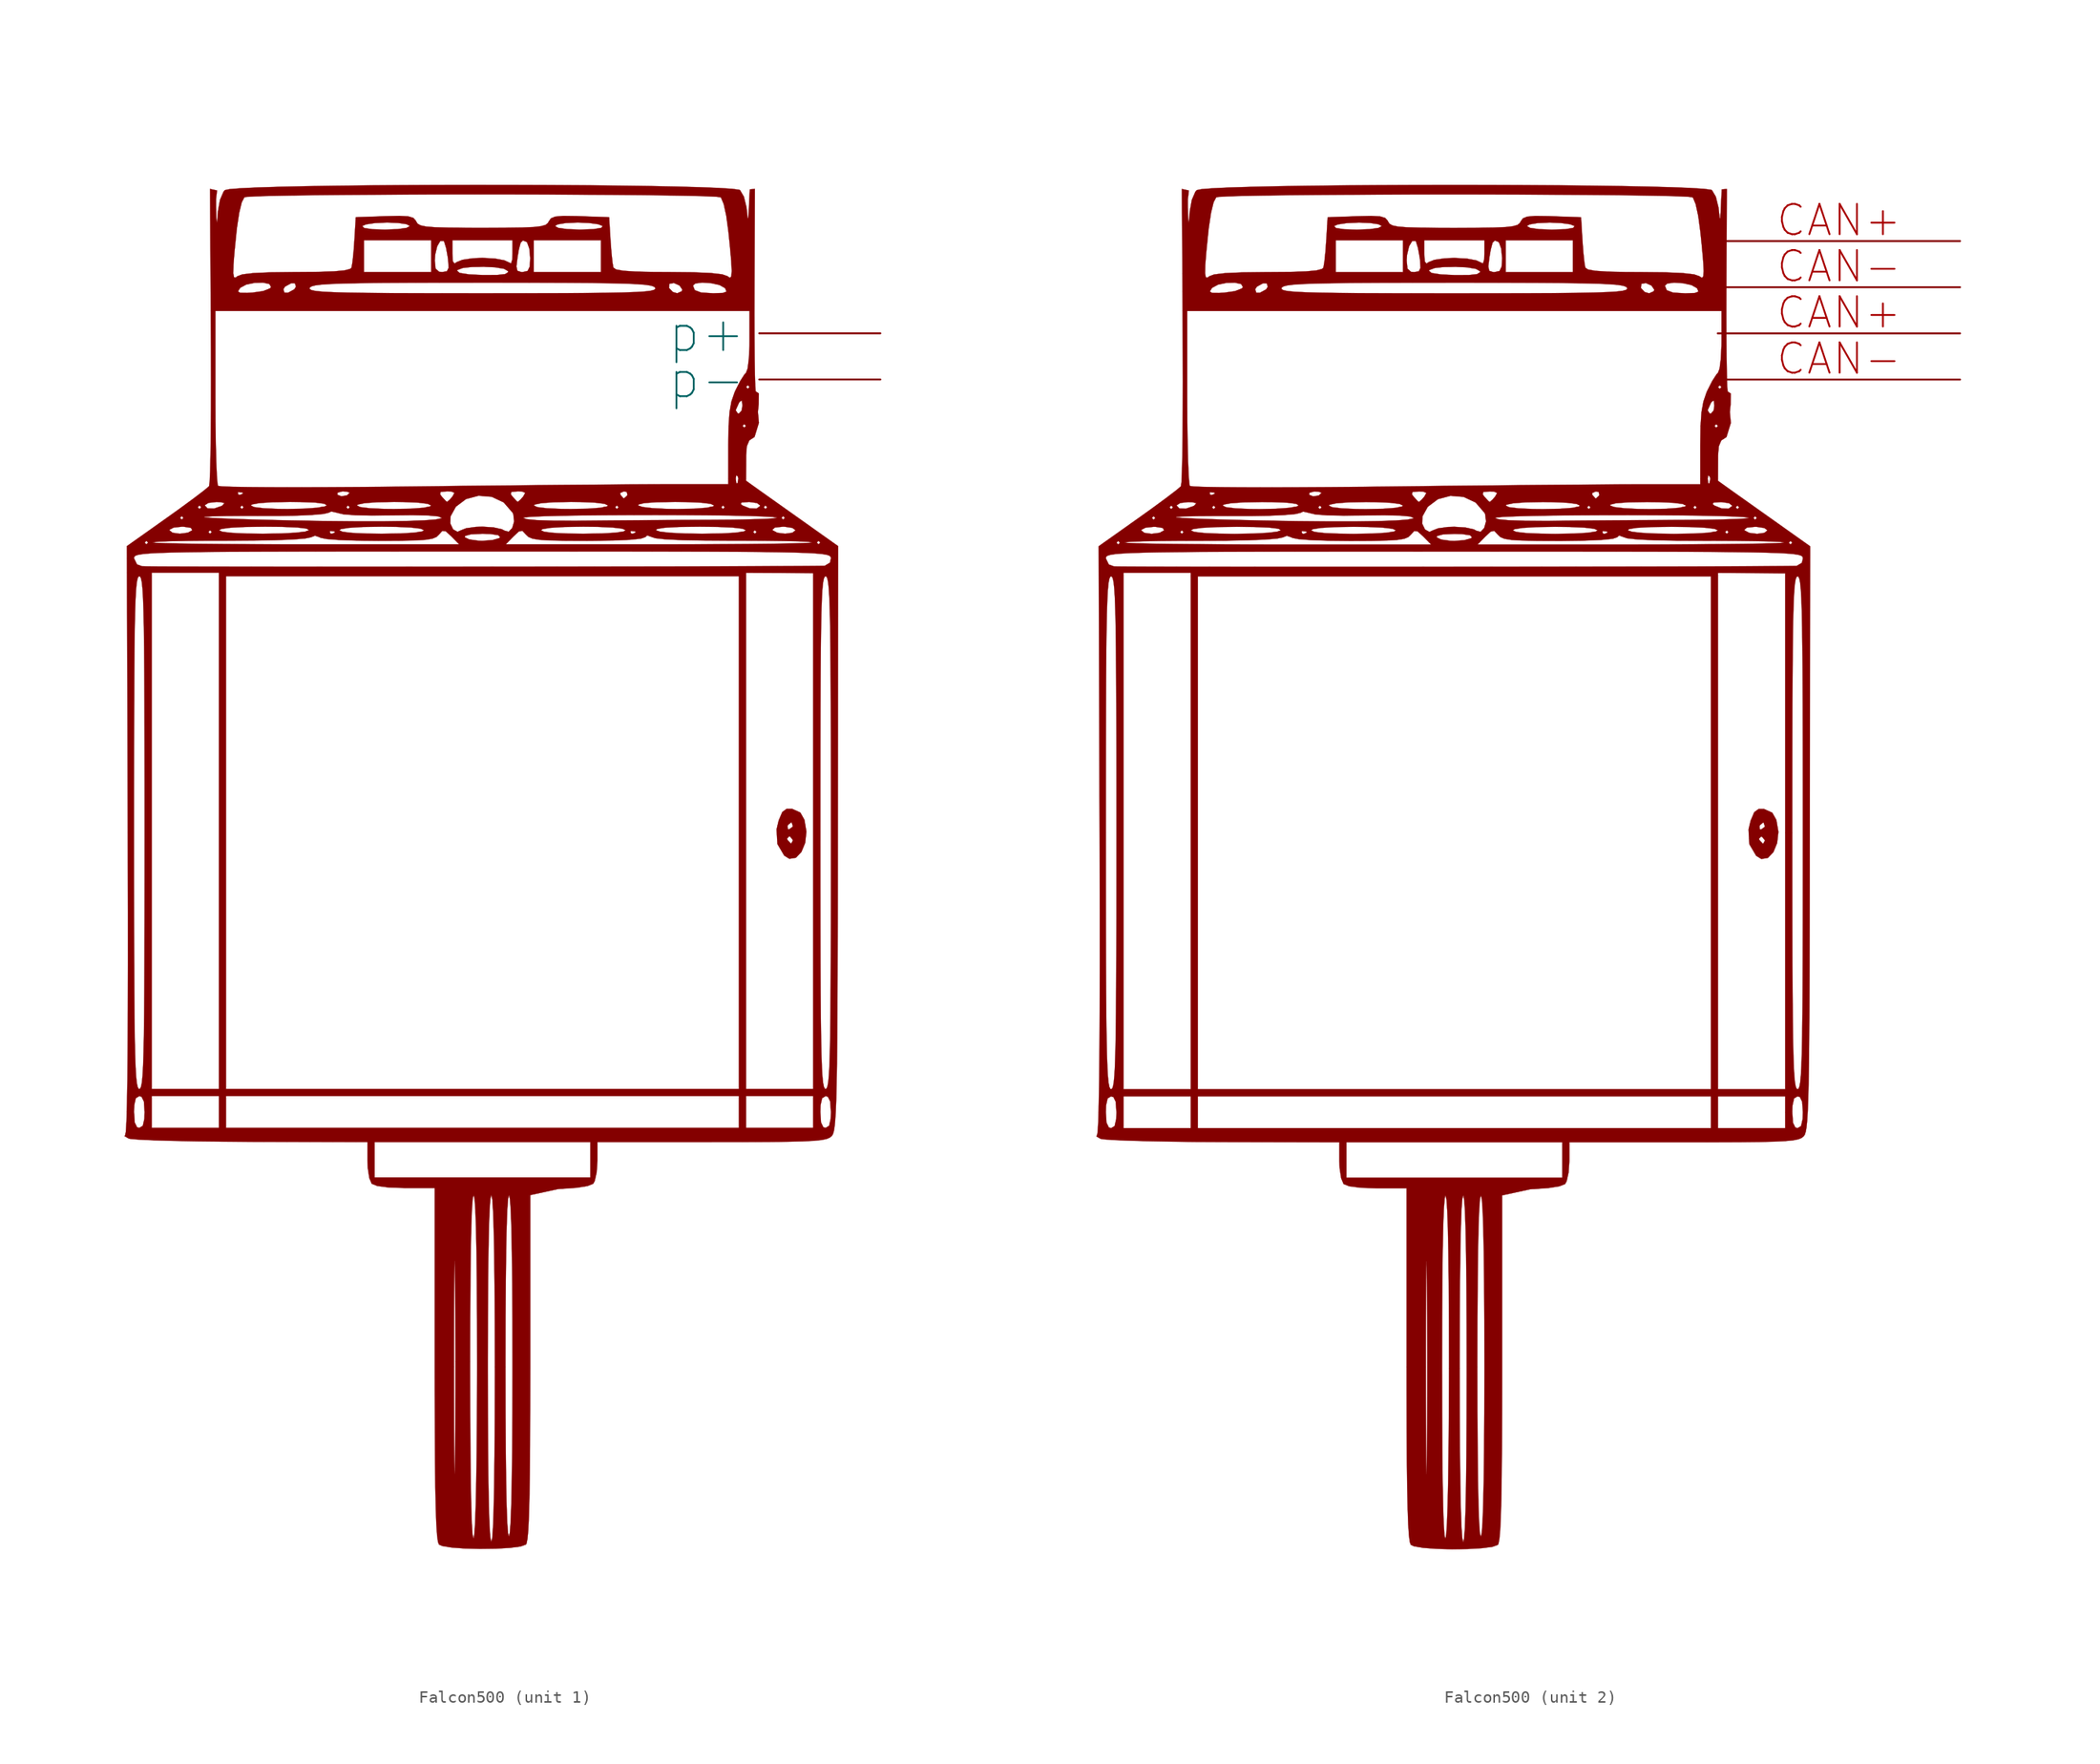
<source format=kicad_sym>
(kicad_symbol_lib
  (version 20211014)
  (generator kicad_symbol_editor)
  (symbol "Falcon500"
    (pin_names
      (offset 1.016))
    (property "Reference" "#G"
      (at 0 56.588 0)
      (effects (font (size 1.27 1.27)) hide))
    (symbol "Falcon500_0_0"
      (polyline (pts (xy 24.777 1.16) (xy 25.233 1.636) (xy 25.543 2.39) (xy 25.646 3.312) (xy 25.48 4.291) (xy 25.144 4.888) (xy 24.457 5.199) (xy 24.018 5.198) (xy 23.653 4.932) (xy 23.357 4.234) (xy 23.252 3.795) (xy 24.086 3.795) (xy 24.146 3.883) (xy 24.395 4.087) (xy 24.424 4.08) (xy 24.524 3.795) (xy 24.512 3.715) (xy 24.215 3.503) (xy 24.109 3.526) (xy 24.086 3.795) (xy 23.252 3.795) (xy 23.183 3.503) (xy 23.226 2.741) (xy 24.041 2.741) (xy 24.215 2.92) (xy 24.3 2.908) (xy 24.524 2.627) (xy 24.521 2.562) (xy 24.395 2.336) (xy 24.349 2.349) (xy 24.086 2.627) (xy 24.041 2.741) (xy 23.226 2.741) (xy 23.251 2.293) (xy 23.815 1.335) (xy 24.24 1.073) (xy 24.777 1.16)) (stroke (width 0.01) (type default) (color 0 0 0 0)) (fill (type outline)))
      (polyline (pts (xy 0 -55.88) (xy 1.163 -55.814) (xy 2.048 -55.7) (xy 2.501 -55.536) (xy 2.547 -55.451) (xy 2.625 -55.056) (xy 2.691 -54.326) (xy 2.743 -53.227) (xy 2.785 -51.723) (xy 2.815 -49.778) (xy 2.836 -47.356) (xy 2.848 -44.421) (xy 2.852 -40.938) (xy 2.852 -26.691) (xy 5.142 -26.193) (xy 5.348 -26.175) (xy 5.508 -26.17) (xy 6.692 -26.084) (xy 7.588 -25.939) (xy 8.048 -25.757) (xy 8.176 -25.522) (xy 8.336 -24.802) (xy 8.399 -23.859) (xy 8.399 -22.312) (xy 17.842 -22.312) (xy 20.319 -22.31) (xy 22.44 -22.302) (xy 24.097 -22.284) (xy 25.351 -22.253) (xy 26.265 -22.207) (xy 26.9 -22.142) (xy 27.318 -22.054) (xy 27.58 -21.941) (xy 27.749 -21.799) (xy 27.83 -21.667) (xy 27.904 -21.432) (xy 27.968 -21.058) (xy 28.022 -20.508) (xy 28.069 -19.747) (xy 28.108 -18.735) (xy 28.14 -17.437) (xy 28.166 -15.816) (xy 28.187 -13.833) (xy 28.203 -11.451) (xy 28.216 -8.635) (xy 28.225 -5.346) (xy 28.232 -1.548) (xy 28.237 2.798) (xy 28.262 26.883) (xy 24.955 29.23) (xy 21.647 31.577) (xy 20.661 32.284) (xy 20.665 33.525) (xy 20.669 34.395) (xy 20.729 35.13) (xy 20.931 35.613) (xy 21.363 35.896) (xy 21.722 37.06) (xy 21.641 37.961) (xy 21.704 38.589) (xy 21.715 39.489) (xy 21.461 39.656) (xy 21.456 39.671) (xy 21.422 40.112) (xy 21.394 41.049) (xy 21.372 42.404) (xy 21.358 44.099) (xy 21.352 46.056) (xy 21.357 48.195) (xy 21.391 56.37) (xy 20.976 56.335) (xy 20.923 55.348) (xy 20.886 54.453) (xy 20.843 53.943) (xy 20.796 53.973) (xy 20.739 54.522) (xy 20.703 54.846) (xy 20.484 55.734) (xy 20.163 56.274) (xy 20.081 56.306) (xy 19.488 56.383) (xy 18.391 56.451) (xy 16.846 56.512) (xy 14.911 56.564) (xy 12.643 56.608) (xy 10.1 56.644) (xy 7.339 56.671) (xy 4.417 56.69) (xy 1.391 56.701) (xy -1.68 56.704) (xy -4.741 56.698) (xy -7.734 56.684) (xy -10.601 56.662) (xy -13.285 56.631) (xy -15.729 56.592) (xy -17.876 56.545) (xy -19.668 56.49) (xy -21.048 56.426) (xy -21.958 56.354) (xy -22.343 56.274) (xy -22.454 56.15) (xy -22.749 55.472) (xy -22.919 54.522) (xy -22.924 54.451) (xy -22.983 53.76) (xy -23.02 53.578) (xy -23.048 53.928) (xy -23.08 54.837) (xy -23.08 55.509) (xy -22.997 56.245) (xy -23.57 56.37) (xy -23.531 49.395) (xy -21.657 49.395) (xy -21.643 50.082) (xy -21.553 51.207) (xy -21.388 52.841) (xy -21.352 53.167) (xy -21.166 54.402) (xy -20.952 55.278) (xy -20.737 55.683) (xy -20.539 55.716) (xy -19.802 55.758) (xy -18.583 55.795) (xy -16.94 55.827) (xy -14.934 55.854) (xy -12.623 55.877) (xy -10.066 55.894) (xy -7.323 55.907) (xy -4.453 55.915) (xy -1.515 55.918) (xy 1.431 55.916) (xy 4.327 55.91) (xy 7.112 55.898) (xy 9.729 55.882) (xy 12.117 55.861) (xy 14.217 55.835) (xy 15.971 55.804) (xy 17.318 55.769) (xy 18.2 55.728) (xy 18.557 55.683) (xy 18.606 55.637) (xy 18.823 55.113) (xy 19.033 54.143) (xy 19.209 52.841) (xy 19.323 51.726) (xy 19.44 50.428) (xy 19.482 49.593) (xy 19.447 49.15) (xy 19.334 49.029) (xy 19.143 49.159) (xy 19.131 49.169) (xy 18.692 49.321) (xy 17.764 49.427) (xy 16.316 49.489) (xy 14.316 49.509) (xy 12.996 49.515) (xy 11.515 49.549) (xy 10.514 49.617) (xy 9.935 49.724) (xy 9.716 49.874) (xy 9.644 50.273) (xy 9.556 51.098) (xy 9.478 52.137) (xy 9.364 54.034) (xy 6.979 54.119) (xy 6.685 54.129) (xy 5.588 54.144) (xy 4.921 54.088) (xy 4.56 53.941) (xy 4.379 53.681) (xy 4.312 53.557) (xy 4.122 53.403) (xy 3.792 53.304) (xy 4.895 53.304) (xy 5.117 53.445) (xy 5.791 53.555) (xy 6.776 53.596) (xy 7.698 53.56) (xy 8.472 53.455) (xy 8.837 53.304) (xy 8.718 53.157) (xy 8.08 53.05) (xy 6.956 53.012) (xy 6.943 53.012) (xy 5.891 53.052) (xy 5.166 53.155) (xy 4.895 53.304) (xy 3.792 53.304) (xy 3.756 53.294) (xy 3.134 53.223) (xy 2.174 53.182) (xy 0.793 53.163) (xy -1.09 53.158) (xy -2.339 53.16) (xy -3.896 53.173) (xy -5.002 53.205) (xy -5.74 53.264) (xy -6.191 53.358) (xy -6.436 53.494) (xy -6.559 53.681) (xy -6.588 53.745) (xy -6.795 53.98) (xy -7.21 54.106) (xy -7.955 54.146) (xy -9.158 54.119) (xy -11.543 54.034) (xy -11.587 53.304) (xy -11.016 53.304) (xy -10.699 53.444) (xy -9.952 53.554) (xy -8.955 53.596) (xy -8.051 53.562) (xy -7.343 53.457) (xy -7.075 53.304) (xy -7.075 53.303) (xy -7.351 53.154) (xy -8.081 53.051) (xy -9.136 53.012) (xy -10.157 53.042) (xy -10.852 53.142) (xy -11.016 53.304) (xy -11.587 53.304) (xy -11.658 52.137) (xy -10.87 52.137) (xy -5.323 52.137) (xy -3.571 52.137) (xy 1.392 52.137) (xy 3.144 52.137) (xy 8.691 52.137) (xy 8.691 49.509) (xy 3.144 49.509) (xy 3.144 52.137) (xy 1.392 52.137) (xy 1.392 51.056) (xy 1.376 50.558) (xy 1.273 50.217) (xy 1.042 50.327) (xy 0.722 50.477) (xy -0.064 50.622) (xy -1.09 50.677) (xy -1.89 50.644) (xy -2.749 50.517) (xy -3.221 50.327) (xy -3.388 50.208) (xy -3.532 50.382) (xy -3.571 51.056) (xy -3.571 52.137) (xy -5.323 52.137) (xy -5.323 50.458) (xy -5.027 50.458) (xy -4.995 50.929) (xy -4.825 51.641) (xy -4.568 52.075) (xy -4.293 52.079) (xy -4.248 52.011) (xy -4.089 51.492) (xy -3.946 50.701) (xy -3.926 50.547) (xy -3.888 49.967) (xy 1.711 49.967) (xy 1.806 50.739) (xy 1.91 51.35) (xy 2.063 51.934) (xy 2.252 52.115) (xy 2.54 52.003) (xy 2.599 51.946) (xy 2.779 51.441) (xy 2.852 50.66) (xy 2.815 49.966) (xy 2.637 49.597) (xy 2.23 49.509) (xy 2.104 49.512) (xy 1.792 49.61) (xy 1.711 49.967) (xy -3.888 49.967) (xy -3.881 49.865) (xy -3.995 49.627) (xy -3.192 49.627) (xy -3.158 49.677) (xy -2.715 49.844) (xy -1.923 49.935) (xy -0.967 49.953) (xy -0.033 49.899) (xy 0.693 49.776) (xy 1.026 49.584) (xy 1.031 49.497) (xy 0.784 49.341) (xy 0.107 49.267) (xy -1.076 49.264) (xy -2.193 49.315) (xy -2.977 49.437) (xy -3.192 49.627) (xy -3.995 49.627) (xy -4.021 49.572) (xy -4.409 49.509) (xy -4.672 49.534) (xy -4.958 49.791) (xy -5.027 50.458) (xy -5.323 50.458) (xy -5.323 49.509) (xy -10.87 49.509) (xy -10.87 52.137) (xy -11.658 52.137) (xy -11.726 51.196) (xy -11.815 50.341) (xy -11.896 49.874) (xy -12.009 49.767) (xy -12.468 49.647) (xy -13.328 49.567) (xy -14.65 49.523) (xy -16.496 49.509) (xy -16.63 49.509) (xy -18.596 49.486) (xy -20.012 49.422) (xy -20.91 49.314) (xy -21.322 49.159) (xy -21.455 49.05) (xy -21.595 49.074) (xy -21.657 49.395) (xy -23.531 49.395) (xy -23.522 47.91) (xy -21.265 47.91) (xy -21.104 48.177) (xy -21.069 48.215) (xy -20.582 48.476) (xy -19.893 48.619) (xy -19.194 48.636) (xy -18.676 48.522) (xy -18.532 48.268) (xy -18.635 48.151) (xy -18.782 48.094) (xy -17.522 48.094) (xy -17.382 48.308) (xy -16.87 48.588) (xy -16.567 48.586) (xy -16.481 48.296) (xy -16.547 48.195) (xy -15.355 48.195) (xy -15.335 48.232) (xy -15.193 48.328) (xy -14.892 48.407) (xy -14.385 48.472) (xy -13.624 48.523) (xy -12.562 48.563) (xy -11.152 48.592) (xy -9.347 48.612) (xy -7.1 48.625) (xy -4.363 48.631) (xy -1.09 48.633) (xy 0.085 48.633) (xy 3.171 48.63) (xy 5.737 48.621) (xy 7.828 48.606) (xy 9.494 48.583) (xy 10.78 48.551) (xy 11.734 48.507) (xy 12.404 48.452) (xy 12.836 48.382) (xy 13.077 48.297) (xy 13.176 48.195) (xy 14.304 48.195) (xy 14.342 48.543) (xy 14.709 48.605) (xy 15.177 48.398) (xy 15.182 48.39) (xy 16.282 48.39) (xy 16.479 48.567) (xy 17.05 48.639) (xy 17.786 48.591) (xy 18.476 48.438) (xy 18.909 48.195) (xy 18.963 48.128) (xy 19.047 47.89) (xy 18.75 47.783) (xy 17.972 47.757) (xy 17.951 47.757) (xy 16.956 47.816) (xy 16.433 48.014) (xy 16.282 48.39) (xy 15.182 48.39) (xy 15.406 48.058) (xy 15.362 47.925) (xy 14.985 47.757) (xy 14.621 47.861) (xy 14.304 48.195) (xy 13.176 48.195) (xy 13.18 48.13) (xy 13.079 48.04) (xy 12.806 47.966) (xy 12.313 47.905) (xy 11.556 47.858) (xy 10.49 47.821) (xy 9.068 47.794) (xy 7.244 47.776) (xy 4.974 47.765) (xy 2.211 47.759) (xy -1.09 47.757) (xy -3.25 47.758) (xy -6.204 47.762) (xy -8.649 47.771) (xy -10.63 47.787) (xy -12.193 47.81) (xy -13.384 47.843) (xy -14.249 47.887) (xy -14.833 47.942) (xy -15.181 48.011) (xy -15.34 48.095) (xy -15.355 48.195) (xy -16.547 48.195) (xy -16.62 48.082) (xy -17.132 47.802) (xy -17.435 47.804) (xy -17.522 48.094) (xy -18.782 48.094) (xy -19.194 47.937) (xy -20.067 47.812) (xy -20.485 47.788) (xy -21.093 47.792) (xy -21.265 47.91) (xy -23.522 47.91) (xy -23.513 46.297) (xy -23.132 46.297) (xy 20.953 46.297) (xy 20.953 43.833) (xy 20.949 43.416) (xy 20.895 42.336) (xy 20.794 41.544) (xy 20.66 41.188) (xy 20.54 41.067) (xy 20.186 40.519) (xy 19.933 40.02) (xy 20.661 40.02) (xy 20.807 40.166) (xy 20.953 40.02) (xy 20.807 39.874) (xy 20.661 40.02) (xy 19.933 40.02) (xy 19.784 39.727) (xy 19.712 39.563) (xy 19.459 38.823) (xy 19.33 38.102) (xy 19.805 38.102) (xy 20.077 38.707) (xy 20.147 38.809) (xy 20.318 38.914) (xy 20.364 38.488) (xy 20.303 38.078) (xy 20.077 37.831) (xy 19.979 37.84) (xy 19.805 38.102) (xy 19.33 38.102) (xy 19.303 37.953) (xy 19.224 36.809) (xy 20.369 36.809) (xy 20.515 36.955) (xy 20.661 36.809) (xy 20.515 36.663) (xy 20.369 36.809) (xy 19.224 36.809) (xy 19.223 36.802) (xy 19.201 35.219) (xy 19.201 32.454) (xy 19.808 32.454) (xy 19.855 32.741) (xy 19.984 32.63) (xy 20.031 32.462) (xy 19.961 32.071) (xy 19.862 32.075) (xy 19.808 32.454) (xy 19.201 32.454) (xy 19.201 31.992) (xy 13.994 31.992) (xy 13.759 31.992) (xy 12.32 31.986) (xy 10.394 31.975) (xy 8.06 31.957) (xy 5.397 31.935) (xy 2.485 31.907) (xy -0.598 31.877) (xy -3.77 31.843) (xy -6.954 31.806) (xy -8.517 31.789) (xy -11.412 31.764) (xy -14.101 31.748) (xy -16.533 31.742) (xy -18.651 31.746) (xy -20.403 31.76) (xy -21.733 31.782) (xy -22.588 31.814) (xy -22.913 31.855) (xy -22.957 32.046) (xy -23.014 32.756) (xy -23.062 33.909) (xy -23.099 35.421) (xy -23.124 37.21) (xy -23.132 39.193) (xy -23.132 46.297) (xy -23.513 46.297) (xy -23.502 44.254) (xy -23.496 43.023) (xy -23.491 40.489) (xy -23.496 38.162) (xy -23.511 36.106) (xy -23.534 34.383) (xy -23.565 33.056) (xy -23.603 32.187) (xy -23.648 31.839) (xy -23.688 31.796) (xy -24.109 31.446) (xy -24.286 31.311) (xy -21.283 31.311) (xy -21.24 31.346) (xy -20.894 31.311) (xy -20.848 31.223) (xy -21.06 31.129) (xy -13.068 31.129) (xy -13.046 31.3) (xy -12.639 31.408) (xy -12.284 31.386) (xy -12.038 31.293) (xy -12.038 31.289) (xy -12.175 31.162) (xy -4.587 31.162) (xy -4.544 31.361) (xy -4.009 31.408) (xy -3.667 31.397) (xy -3.397 31.283) (xy -3.464 31.162) (xy 1.252 31.162) (xy 1.295 31.361) (xy 1.83 31.408) (xy 2.173 31.397) (xy 2.442 31.283) (xy 2.436 31.27) (xy 10.273 31.27) (xy 10.588 31.408) (xy 10.811 31.363) (xy 10.88 31.116) (xy 10.821 31.028) (xy 10.588 30.824) (xy 10.546 30.838) (xy 10.296 31.116) (xy 10.273 31.27) (xy 2.436 31.27) (xy 2.268 30.97) (xy 2.051 30.724) (xy 1.83 30.532) (xy 1.725 30.608) (xy 1.392 30.97) (xy 1.252 31.162) (xy -3.464 31.162) (xy -3.571 30.97) (xy -3.788 30.724) (xy -4.009 30.532) (xy -4.114 30.608) (xy -4.447 30.97) (xy -4.587 31.162) (xy -12.175 31.162) (xy -12.274 31.07) (xy -12.734 30.998) (xy -13.068 31.129) (xy -21.06 31.129) (xy -21.089 31.116) (xy -21.243 31.137) (xy -21.283 31.311) (xy -24.286 31.311) (xy -24.889 30.851) (xy -25.918 30.094) (xy -24.592 30.094) (xy -24.446 30.24) (xy -24.008 30.24) (xy -24.005 30.262) (xy -23.705 30.452) (xy -23.059 30.527) (xy -22.705 30.517) (xy -22.378 30.434) (xy -22.548 30.24) (xy -22.628 30.192) (xy -22.915 30.094) (xy -21.089 30.094) (xy -20.943 30.24) (xy -20.213 30.24) (xy -20.105 30.325) (xy -19.503 30.435) (xy -18.438 30.507) (xy -16.984 30.532) (xy -16.13 30.525) (xy -14.864 30.475) (xy -14.123 30.379) (xy -13.936 30.24) (xy -14.115 30.154) (xy -14.496 30.094) (xy -12.33 30.094) (xy -12.184 30.24) (xy -11.454 30.24) (xy -11.372 30.316) (xy -10.812 30.431) (xy -9.792 30.506) (xy -8.389 30.532) (xy -7.591 30.524) (xy -6.384 30.471) (xy -5.601 30.374) (xy -5.323 30.24) (xy -5.405 30.164) (xy -5.965 30.049) (xy -6.985 29.975) (xy -8.389 29.948) (xy -9.186 29.956) (xy -10.393 30.009) (xy -11.176 30.106) (xy -11.454 30.24) (xy -12.184 30.24) (xy -12.038 30.094) (xy -12.184 29.948) (xy -12.33 30.094) (xy -14.496 30.094) (xy -14.791 30.047) (xy -15.848 29.975) (xy -17.164 29.948) (xy -17.947 29.956) (xy -19.153 30.009) (xy -19.934 30.106) (xy -20.213 30.24) (xy -20.943 30.24) (xy -20.797 30.094) (xy -20.943 29.948) (xy -21.089 30.094) (xy -22.915 30.094) (xy -23.24 29.983) (xy -23.777 29.999) (xy -24.008 30.24) (xy -24.446 30.24) (xy -24.3 30.094) (xy -24.446 29.948) (xy -24.592 30.094) (xy -25.918 30.094) (xy -25.933 30.083) (xy -27.139 29.218) (xy -26.052 29.218) (xy -25.906 29.364) (xy -25.809 29.267) (xy -24.06 29.267) (xy -24.012 29.309) (xy -23.419 29.343) (xy -22.29 29.366) (xy -20.635 29.378) (xy -18.461 29.375) (xy -17.869 29.376) (xy -16.385 29.401) (xy -15.134 29.458) (xy -14.233 29.538) (xy -13.8 29.637) (xy -13.566 29.744) (xy -13.021 29.624) (xy -13.01 29.616) (xy -12.544 29.507) (xy -11.589 29.436) (xy -10.231 29.407) (xy -8.558 29.422) (xy -6.887 29.44) (xy -5.558 29.412) (xy -4.731 29.337) (xy -4.447 29.218) (xy -4.478 29.181) (xy -4.94 29.083) (xy -5.923 29.008) (xy -7.378 28.957) (xy -9.258 28.931) (xy -11.514 28.931) (xy -14.1 28.955) (xy -16.966 29.005) (xy -20.067 29.082) (xy -20.847 29.105) (xy -22.487 29.163) (xy -23.555 29.218) (xy -24.06 29.267) (xy -25.809 29.267) (xy -25.76 29.218) (xy -25.906 29.072) (xy -26.052 29.218) (xy -27.139 29.218) (xy -27.148 29.212) (xy -27.805 28.746) (xy -3.744 28.746) (xy -3.724 29.343) (xy -3.285 30.136) (xy -2.445 30.769) (xy -1.407 31.045) (xy -0.32 30.955) (xy 0.666 30.49) (xy 0.882 30.24) (xy 3.144 30.24) (xy 3.226 30.316) (xy 3.785 30.431) (xy 4.806 30.506) (xy 6.209 30.532) (xy 7.006 30.524) (xy 8.214 30.471) (xy 8.996 30.374) (xy 9.275 30.24) (xy 9.192 30.164) (xy 8.851 30.094) (xy 9.859 30.094) (xy 10.005 30.24) (xy 11.756 30.24) (xy 11.783 30.318) (xy 12.261 30.435) (xy 13.278 30.507) (xy 14.805 30.532) (xy 15.742 30.522) (xy 16.966 30.468) (xy 17.754 30.372) (xy 17.8 30.35) (xy 20.228 30.35) (xy 20.291 30.486) (xy 20.88 30.527) (xy 20.952 30.527) (xy 21.573 30.438) (xy 21.829 30.24) (xy 21.823 30.192) (xy 21.688 30.094) (xy 22.121 30.094) (xy 22.267 30.24) (xy 22.413 30.094) (xy 22.267 29.948) (xy 22.121 30.094) (xy 21.688 30.094) (xy 21.535 29.983) (xy 20.973 29.999) (xy 20.369 30.24) (xy 20.228 30.35) (xy 17.8 30.35) (xy 18.033 30.24) (xy 17.953 30.165) (xy 17.612 30.094) (xy 18.617 30.094) (xy 18.763 30.24) (xy 18.909 30.094) (xy 18.763 29.948) (xy 18.617 30.094) (xy 17.612 30.094) (xy 17.399 30.05) (xy 16.383 29.975) (xy 14.985 29.948) (xy 14.084 29.96) (xy 12.928 30.019) (xy 12.111 30.116) (xy 11.756 30.24) (xy 10.005 30.24) (xy 10.15 30.094) (xy 10.005 29.948) (xy 9.859 30.094) (xy 8.851 30.094) (xy 8.633 30.049) (xy 7.612 29.975) (xy 6.209 29.948) (xy 5.412 29.956) (xy 4.205 30.009) (xy 3.422 30.106) (xy 3.144 30.24) (xy 0.882 30.24) (xy 1.4 29.641) (xy 1.457 29.515) (xy 1.491 29.218) (xy 2.268 29.218) (xy 2.361 29.253) (xy 2.937 29.306) (xy 3.972 29.351) (xy 5.387 29.388) (xy 7.101 29.416) (xy 9.036 29.436) (xy 11.111 29.447) (xy 13.247 29.45) (xy 15.365 29.444) (xy 17.385 29.43) (xy 19.227 29.407) (xy 20.812 29.375) (xy 22.061 29.335) (xy 22.894 29.286) (xy 23.23 29.228) (xy 23.232 29.224) (xy 23.2 29.218) (xy 23.58 29.218) (xy 23.726 29.364) (xy 23.872 29.218) (xy 23.726 29.072) (xy 23.58 29.218) (xy 23.2 29.218) (xy 22.968 29.175) (xy 22.213 29.131) (xy 21.052 29.094) (xy 19.573 29.067) (xy 17.863 29.054) (xy 16.767 29.049) (xy 14.37 29.037) (xy 11.833 29.02) (xy 9.397 29.001) (xy 7.304 28.981) (xy 6.563 28.975) (xy 4.736 28.983) (xy 3.388 29.027) (xy 2.554 29.106) (xy 2.268 29.218) (xy 1.491 29.218) (xy 1.524 28.924) (xy 1.371 28.384) (xy 1.194 28.196) (xy 3.728 28.196) (xy 3.884 28.295) (xy 4.555 28.398) (xy 5.693 28.465) (xy 7.231 28.488) (xy 8.41 28.475) (xy 9.657 28.419) (xy 10.454 28.325) (xy 10.734 28.196) (xy 13.216 28.196) (xy 13.325 28.303) (xy 13.966 28.405) (xy 15.148 28.467) (xy 16.848 28.488) (xy 18.305 28.471) (xy 19.574 28.414) (xy 20.379 28.321) (xy 20.571 28.236) (xy 22.834 28.236) (xy 23.045 28.419) (xy 23.709 28.488) (xy 23.858 28.485) (xy 24.491 28.388) (xy 24.748 28.196) (xy 24.497 27.991) (xy 23.89 27.904) (xy 23.245 27.986) (xy 22.851 28.196) (xy 22.834 28.236) (xy 20.571 28.236) (xy 20.661 28.196) (xy 20.479 28.092) (xy 20.187 28.05) (xy 21.245 28.05) (xy 21.391 28.196) (xy 21.537 28.05) (xy 21.391 27.904) (xy 21.245 28.05) (xy 20.187 28.05) (xy 19.776 27.991) (xy 18.605 27.927) (xy 17.029 27.904) (xy 15.639 27.924) (xy 14.412 27.984) (xy 13.571 28.077) (xy 13.216 28.196) (xy 10.734 28.196) (xy 10.579 28.099) (xy 11.124 28.099) (xy 11.166 28.134) (xy 11.513 28.099) (xy 11.559 28.011) (xy 11.318 27.904) (xy 11.164 27.925) (xy 11.124 28.099) (xy 10.579 28.099) (xy 10.578 28.098) (xy 9.907 27.994) (xy 8.769 27.928) (xy 7.231 27.904) (xy 6.052 27.918) (xy 4.805 27.973) (xy 4.008 28.068) (xy 3.728 28.196) (xy 1.194 28.196) (xy 1.076 28.071) (xy 0.723 28.165) (xy 0.52 28.276) (xy -0.17 28.428) (xy -1.09 28.488) (xy -1.623 28.47) (xy -2.433 28.36) (xy -2.883 28.184) (xy -3.144 28.064) (xy -3.509 28.262) (xy -3.744 28.746) (xy -27.805 28.746) (xy -28.58 28.196) (xy -26.928 28.196) (xy -26.917 28.238) (xy -26.571 28.416) (xy -25.889 28.488) (xy -25.748 28.486) (xy -25.153 28.395) (xy -25.03 28.196) (xy -25.294 28.05) (xy -23.716 28.05) (xy -23.57 28.196) (xy -22.84 28.196) (xy -22.62 28.308) (xy -21.873 28.405) (xy -20.656 28.467) (xy -19.028 28.488) (xy -17.636 28.475) (xy -16.345 28.421) (xy -15.591 28.328) (xy -15.396 28.196) (xy -12.914 28.196) (xy -12.757 28.295) (xy -12.086 28.398) (xy -10.948 28.465) (xy -9.41 28.488) (xy -8.231 28.475) (xy -6.984 28.419) (xy -6.188 28.325) (xy -5.907 28.196) (xy -6.064 28.098) (xy -6.735 27.994) (xy -7.872 27.928) (xy -9.41 27.904) (xy -10.59 27.918) (xy -11.836 27.973) (xy -12.633 28.068) (xy -12.914 28.196) (xy -15.396 28.196) (xy -15.667 28.099) (xy -13.692 28.099) (xy -13.65 28.134) (xy -13.303 28.099) (xy -13.258 28.011) (xy -13.498 27.904) (xy -13.652 27.925) (xy -13.692 28.099) (xy -15.667 28.099) (xy -15.705 28.086) (xy -16.511 27.99) (xy -17.712 27.927) (xy -19.208 27.904) (xy -20.502 27.919) (xy -21.759 27.976) (xy -22.559 28.07) (xy -22.84 28.196) (xy -23.57 28.196) (xy -23.424 28.05) (xy -23.57 27.904) (xy -23.716 28.05) (xy -25.294 28.05) (xy -25.395 27.994) (xy -26.069 27.904) (xy -26.674 27.99) (xy -26.928 28.196) (xy -28.58 28.196) (xy -30.022 27.174) (xy -28.971 27.174) (xy -28.825 27.32) (xy -28.695 27.19) (xy -28.323 27.19) (xy -28.276 27.206) (xy -27.775 27.251) (xy -26.808 27.288) (xy -25.462 27.316) (xy -23.824 27.331) (xy -21.984 27.333) (xy -19.916 27.341) (xy -18.134 27.376) (xy -16.713 27.434) (xy -15.728 27.514) (xy -15.253 27.61) (xy -14.909 27.746) (xy -14.52 27.613) (xy -14.466 27.575) (xy -13.939 27.47) (xy -12.921 27.39) (xy -11.485 27.339) (xy -9.702 27.32) (xy -7.955 27.327) (xy -6.671 27.353) (xy -5.792 27.407) (xy -5.228 27.499) (xy -4.888 27.638) (xy -4.683 27.833) (xy -4.408 28.138) (xy -4.123 28.115) (xy -3.655 27.687) (xy -3.581 27.612) (xy -2.55 27.612) (xy -2.52 27.729) (xy -2.042 27.858) (xy -1.09 27.904) (xy -0.446 27.886) (xy 0.219 27.787) (xy 0.37 27.612) (xy 0.278 27.536) (xy -0.27 27.382) (xy -1.09 27.32) (xy -1.432 27.331) (xy -2.171 27.434) (xy -2.55 27.612) (xy -3.581 27.612) (xy -3.008 27.029) (xy 0.829 27.029) (xy 1.475 27.687) (xy 1.91 28.093) (xy 2.204 28.152) (xy 2.503 27.833) (xy 2.705 27.641) (xy 3.042 27.501) (xy 3.602 27.408) (xy 4.475 27.353) (xy 5.752 27.327) (xy 7.522 27.32) (xy 7.821 27.321) (xy 9.669 27.346) (xy 11.07 27.407) (xy 11.979 27.501) (xy 12.349 27.627) (xy 12.505 27.772) (xy 12.911 27.624) (xy 13.177 27.538) (xy 14.024 27.445) (xy 15.403 27.378) (xy 17.282 27.341) (xy 19.633 27.333) (xy 20.405 27.334) (xy 22.201 27.326) (xy 23.759 27.306) (xy 24.993 27.276) (xy 25.817 27.236) (xy 26.144 27.19) (xy 26.072 27.174) (xy 26.5 27.174) (xy 26.646 27.32) (xy 26.792 27.174) (xy 26.646 27.029) (xy 26.5 27.174) (xy 26.072 27.174) (xy 26.034 27.166) (xy 25.419 27.134) (xy 24.319 27.105) (xy 22.791 27.079) (xy 20.894 27.058) (xy 18.686 27.042) (xy 16.224 27.032) (xy 13.567 27.029) (xy 0.829 27.029) (xy -3.008 27.029) (xy -15.746 27.029) (xy -17.586 27.03) (xy -20.115 27.038) (xy -22.41 27.053) (xy -24.411 27.072) (xy -26.061 27.097) (xy -27.302 27.125) (xy -28.076 27.156) (xy -28.323 27.19) (xy -28.695 27.19) (xy -28.679 27.174) (xy -28.825 27.029) (xy -28.971 27.174) (xy -30.022 27.174) (xy -30.433 26.883) (xy -30.43 25.881) (xy -29.847 25.881) (xy -29.839 25.962) (xy -29.791 26.045) (xy -29.668 26.119) (xy -29.436 26.182) (xy -29.061 26.237) (xy -28.51 26.284) (xy -27.749 26.323) (xy -26.743 26.355) (xy -25.459 26.381) (xy -23.862 26.401) (xy -21.919 26.417) (xy -19.596 26.428) (xy -16.859 26.436) (xy -13.674 26.441) (xy -10.006 26.443) (xy -5.823 26.444) (xy -1.09 26.445) (xy -0.723 26.445) (xy 3.968 26.444) (xy 8.112 26.443) (xy 11.742 26.441) (xy 14.892 26.436) (xy 17.597 26.429) (xy 19.891 26.417) (xy 21.807 26.402) (xy 23.379 26.381) (xy 24.641 26.355) (xy 25.628 26.323) (xy 26.373 26.284) (xy 26.91 26.236) (xy 27.273 26.181) (xy 27.497 26.116) (xy 27.614 26.042) (xy 27.66 25.957) (xy 27.668 25.861) (xy 27.587 25.516) (xy 27.157 25.26) (xy 27.022 25.257) (xy 26.269 25.248) (xy 25.019 25.239) (xy 23.319 25.231) (xy 21.22 25.224) (xy 18.771 25.217) (xy 16.02 25.21) (xy 13.017 25.205) (xy 9.811 25.2) (xy 6.452 25.195) (xy 2.987 25.191) (xy -0.532 25.189) (xy -4.058 25.186) (xy -7.541 25.185) (xy -10.932 25.185) (xy -14.182 25.185) (xy -17.241 25.186) (xy -20.06 25.189) (xy -22.591 25.192) (xy -24.784 25.196) (xy -26.589 25.201) (xy -27.958 25.208) (xy -28.841 25.215) (xy -29.19 25.224) (xy -29.601 25.375) (xy -29.847 25.881) (xy -30.43 25.881) (xy -30.427 24.693) (xy -28.387 24.693) (xy -22.84 24.693) (xy -22.84 24.682) (xy 20.661 24.682) (xy 23.434 24.667) (xy 26.208 24.652) (xy 26.208 3.234) (xy 26.792 3.234) (xy 26.793 6.729) (xy 26.796 10.322) (xy 26.803 13.403) (xy 26.814 16.009) (xy 26.829 18.178) (xy 26.851 19.949) (xy 26.879 21.359) (xy 26.915 22.448) (xy 26.958 23.253) (xy 27.011 23.813) (xy 27.073 24.165) (xy 27.146 24.348) (xy 27.23 24.401) (xy 27.302 24.363) (xy 27.377 24.202) (xy 27.44 23.877) (xy 27.494 23.351) (xy 27.539 22.584) (xy 27.576 21.54) (xy 27.605 20.18) (xy 27.627 18.465) (xy 27.644 16.357) (xy 27.656 13.818) (xy 27.663 10.81) (xy 27.667 7.295) (xy 27.668 3.234) (xy 27.667 -0.26) (xy 27.664 -3.854) (xy 27.657 -6.934) (xy 27.646 -9.54) (xy 27.63 -11.709) (xy 27.609 -13.48) (xy 27.58 -14.891) (xy 27.545 -15.979) (xy 27.501 -16.785) (xy 27.449 -17.344) (xy 27.387 -17.696) (xy 27.314 -17.88) (xy 27.23 -17.932) (xy 27.157 -17.895) (xy 27.083 -17.733) (xy 27.019 -17.408) (xy 26.965 -16.882) (xy 26.921 -16.116) (xy 26.884 -15.072) (xy 26.855 -13.711) (xy 26.832 -11.996) (xy 26.816 -9.889) (xy 26.804 -7.35) (xy 26.797 -4.342) (xy 26.793 -0.827) (xy 26.792 3.234) (xy 26.208 3.234) (xy 26.208 -17.932) (xy 20.661 -17.932) (xy 20.661 24.682) (xy -22.84 24.682) (xy -22.84 24.401) (xy -22.256 24.401) (xy 20.077 24.401) (xy 20.077 -17.932) (xy -22.256 -17.932) (xy -22.256 24.401) (xy -22.84 24.401) (xy -22.84 -17.932) (xy -28.387 -17.932) (xy -28.387 24.693) (xy -30.427 24.693) (xy -30.361 3.234) (xy -29.847 3.234) (xy -29.846 6.729) (xy -29.843 10.322) (xy -29.836 13.403) (xy -29.826 16.009) (xy -29.81 18.178) (xy -29.788 19.949) (xy -29.76 21.359) (xy -29.724 22.448) (xy -29.681 23.253) (xy -29.628 23.813) (xy -29.566 24.165) (xy -29.493 24.348) (xy -29.409 24.401) (xy -29.337 24.363) (xy -29.263 24.202) (xy -29.199 23.877) (xy -29.145 23.351) (xy -29.1 22.584) (xy -29.063 21.54) (xy -29.034 20.18) (xy -29.012 18.465) (xy -28.995 16.357) (xy -28.983 13.818) (xy -28.976 10.81) (xy -28.972 7.295) (xy -28.971 3.234) (xy -28.972 -0.26) (xy -28.975 -3.854) (xy -28.982 -6.934) (xy -28.993 -9.54) (xy -29.009 -11.709) (xy -29.03 -13.48) (xy -29.059 -14.891) (xy -29.094 -15.979) (xy -29.138 -16.785) (xy -29.19 -17.344) (xy -29.253 -17.696) (xy -29.325 -17.88) (xy -29.409 -17.932) (xy -29.482 -17.895) (xy -29.556 -17.733) (xy -29.62 -17.408) (xy -29.674 -16.882) (xy -29.718 -16.116) (xy -29.755 -15.072) (xy -29.784 -13.711) (xy -29.807 -11.996) (xy -29.823 -9.889) (xy -29.835 -7.35) (xy -29.842 -4.342) (xy -29.846 -0.827) (xy -29.847 3.234) (xy -30.361 3.234) (xy -30.359 2.577) (xy -30.356 1.502) (xy -30.346 -3.336) (xy -30.345 -7.618) (xy -30.353 -11.342) (xy -30.369 -14.503) (xy -30.393 -17.098) (xy -30.427 -19.124) (xy -30.447 -19.83) (xy -29.847 -19.83) (xy -29.829 -19.273) (xy -29.698 -18.688) (xy -29.409 -18.516) (xy -28.387 -18.516) (xy -22.84 -18.516) (xy -22.256 -18.516) (xy 20.077 -18.516) (xy 20.661 -18.516) (xy 26.208 -18.516) (xy 26.208 -19.83) (xy 26.792 -19.83) (xy 26.81 -19.273) (xy 26.941 -18.688) (xy 27.23 -18.516) (xy 27.416 -18.57) (xy 27.61 -18.964) (xy 27.668 -19.83) (xy 27.65 -20.387) (xy 27.518 -20.972) (xy 27.23 -21.144) (xy 27.044 -21.09) (xy 26.849 -20.696) (xy 26.792 -19.83) (xy 26.208 -19.83) (xy 26.208 -21.144) (xy 20.661 -21.144) (xy 20.661 -18.516) (xy 20.077 -18.516) (xy 20.077 -21.144) (xy -22.256 -21.144) (xy -22.256 -18.516) (xy -22.84 -18.516) (xy -22.84 -21.144) (xy -28.387 -21.144) (xy -28.387 -18.516) (xy -29.409 -18.516) (xy -29.224 -18.57) (xy -29.029 -18.964) (xy -28.971 -19.83) (xy -28.989 -20.387) (xy -29.121 -20.972) (xy -29.409 -21.144) (xy -29.595 -21.09) (xy -29.79 -20.696) (xy -29.847 -19.83) (xy -30.447 -19.83) (xy -30.468 -20.577) (xy -30.518 -21.453) (xy -30.577 -21.748) (xy -30.628 -21.82) (xy -30.285 -22.02) (xy -30.093 -22.057) (xy -29.351 -22.116) (xy -28.143 -22.17) (xy -26.544 -22.216) (xy -24.628 -22.253) (xy -22.469 -22.279) (xy -20.14 -22.291) (xy -10.578 -22.312) (xy -9.994 -22.312) (xy 7.815 -22.312) (xy 7.815 -25.231) (xy -9.994 -25.231) (xy -9.994 -22.312) (xy -10.578 -22.312) (xy -10.578 -23.859) (xy -10.554 -24.447) (xy -10.427 -25.281) (xy -10.228 -25.757) (xy -9.767 -25.939) (xy -8.808 -26.063) (xy -7.454 -26.107) (xy -5.031 -26.107) (xy -5.031 -40.646) (xy -5.031 -40.851) (xy -3.436 -40.851) (xy -3.436 -39.323) (xy -3.433 -36.999) (xy -3.427 -35.094) (xy -3.419 -33.632) (xy -3.408 -32.637) (xy -3.396 -32.132) (xy -3.383 -32.14) (xy -3.368 -32.685) (xy -3.353 -33.791) (xy -3.349 -34.085) (xy -3.329 -36.715) (xy -3.319 -39.655) (xy -3.319 -40.456) (xy -2.107 -40.456) (xy -2.1 -36.861) (xy -2.082 -33.793) (xy -2.052 -31.261) (xy -2.011 -29.276) (xy -1.958 -27.846) (xy -1.894 -26.981) (xy -1.82 -26.691) (xy -1.815 -26.692) (xy -1.74 -27.012) (xy -1.677 -27.906) (xy -1.624 -29.363) (xy -1.583 -31.374) (xy -1.554 -33.929) (xy -1.537 -37.018) (xy -1.532 -40.632) (xy -1.532 -40.997) (xy -0.652 -40.997) (xy -0.652 -40.445) (xy -0.644 -36.853) (xy -0.625 -33.788) (xy -0.594 -31.259) (xy -0.552 -29.275) (xy -0.499 -27.846) (xy -0.435 -26.981) (xy -0.36 -26.691) (xy -0.349 -26.697) (xy -0.275 -27.069) (xy -0.213 -28.015) (xy -0.161 -29.523) (xy -0.121 -31.585) (xy -0.091 -34.191) (xy -0.074 -37.332) (xy -0.068 -40.868) (xy 0.808 -40.868) (xy 0.808 -40.437) (xy 0.815 -36.849) (xy 0.835 -33.786) (xy 0.865 -31.258) (xy 0.907 -29.274) (xy 0.961 -27.846) (xy 1.025 -26.981) (xy 1.1 -26.691) (xy 1.105 -26.692) (xy 1.18 -27.022) (xy 1.244 -27.924) (xy 1.297 -29.39) (xy 1.338 -31.409) (xy 1.368 -33.972) (xy 1.386 -37.068) (xy 1.392 -40.688) (xy 1.392 -41.129) (xy 1.384 -44.635) (xy 1.365 -47.654) (xy 1.334 -50.168) (xy 1.291 -52.162) (xy 1.238 -53.62) (xy 1.174 -54.526) (xy 1.1 -54.865) (xy 1.095 -54.867) (xy 1.019 -54.587) (xy 0.955 -53.729) (xy 0.902 -52.294) (xy 0.861 -50.286) (xy 0.832 -47.711) (xy 0.814 -44.57) (xy 0.808 -40.868) (xy -0.068 -40.868) (xy -0.068 -40.997) (xy -0.068 -41.549) (xy -0.076 -45.14) (xy -0.095 -48.205) (xy -0.126 -50.735) (xy -0.168 -52.719) (xy -0.221 -54.148) (xy -0.285 -55.012) (xy -0.36 -55.303) (xy -0.371 -55.297) (xy -0.444 -54.924) (xy -0.507 -53.979) (xy -0.559 -52.471) (xy -0.599 -50.408) (xy -0.628 -47.802) (xy -0.646 -44.662) (xy -0.652 -40.997) (xy -1.532 -40.997) (xy -1.534 -42.027) (xy -1.545 -45.161) (xy -1.568 -47.929) (xy -1.601 -50.295) (xy -1.643 -52.223) (xy -1.694 -53.675) (xy -1.753 -54.617) (xy -1.82 -55.011) (xy -1.839 -55.022) (xy -1.908 -54.702) (xy -1.967 -53.81) (xy -2.016 -52.354) (xy -2.055 -50.343) (xy -2.083 -47.786) (xy -2.1 -44.692) (xy -2.107 -41.07) (xy -2.107 -40.456) (xy -3.319 -40.456) (xy -3.32 -42.681) (xy -3.331 -45.569) (xy -3.353 -48.097) (xy -3.362 -48.775) (xy -3.377 -49.526) (xy -3.391 -49.731) (xy -3.404 -49.414) (xy -3.415 -48.6) (xy -3.424 -47.312) (xy -3.43 -45.575) (xy -3.435 -43.413) (xy -3.436 -40.851) (xy -5.031 -40.851) (xy -5.03 -42.856) (xy -5.021 -46.037) (xy -5.005 -48.691) (xy -4.979 -50.854) (xy -4.942 -52.56) (xy -4.896 -53.847) (xy -4.837 -54.748) (xy -4.766 -55.299) (xy -4.681 -55.536) (xy -4.42 -55.654) (xy -3.653 -55.784) (xy -2.559 -55.865) (xy -1.291 -55.897) (xy 0 -55.88)) (stroke (width 0.01) (type default) (color 0 0 0 0)) (fill (type outline))))
    (symbol "Falcon500_1_1"
      (pin power_in line (at 31.75 44.45 180) (length 10) (name "p+" (effects (font (size 3 3)))) (number "" (effects (font (size 3 3)))))
      (pin power_in line (at 31.75 40.64 180) (length 10) (name "p-" (effects (font (size 3 3)))) (number "" (effects (font (size 3 3))))))
    (symbol "Falcon500_2_1"
      (pin output line (at 40.64 44.45 180) (length 20) (name "" (effects (font (size 2 2)))) (number "CAN+" (effects (font (size 2.5 2.5)))))
      (pin input line (at 40.64 52.07 180) (length 20) (name "" (effects (font (size 2 2)))) (number "CAN+" (effects (font (size 2.5 2.5)))))
      (pin output line (at 40.64 40.64 180) (length 20) (name "" (effects (font (size 2 2)))) (number "CAN-" (effects (font (size 2.5 2.5)))))
      (pin input line (at 40.64 48.26 180) (length 20) (name "" (effects (font (size 2 2)))) (number "CAN-" (effects (font (size 2.5 2.5))))))))
</source>
